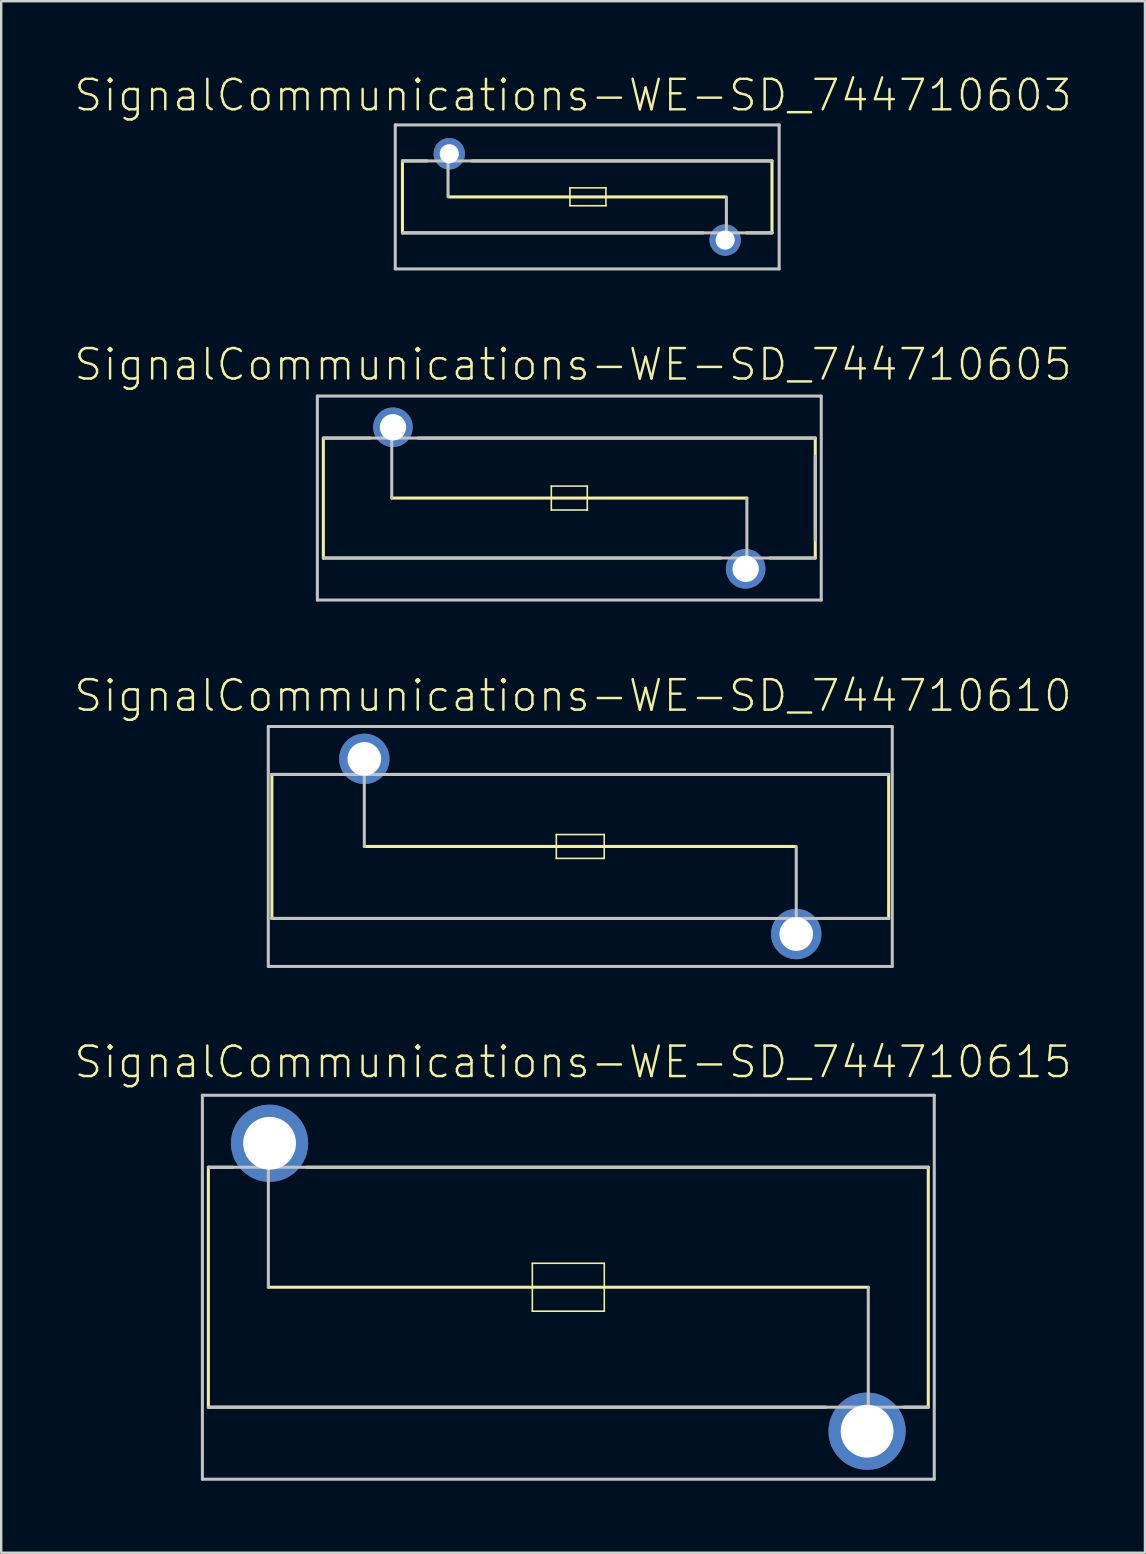
<source format=kicad_pcb>
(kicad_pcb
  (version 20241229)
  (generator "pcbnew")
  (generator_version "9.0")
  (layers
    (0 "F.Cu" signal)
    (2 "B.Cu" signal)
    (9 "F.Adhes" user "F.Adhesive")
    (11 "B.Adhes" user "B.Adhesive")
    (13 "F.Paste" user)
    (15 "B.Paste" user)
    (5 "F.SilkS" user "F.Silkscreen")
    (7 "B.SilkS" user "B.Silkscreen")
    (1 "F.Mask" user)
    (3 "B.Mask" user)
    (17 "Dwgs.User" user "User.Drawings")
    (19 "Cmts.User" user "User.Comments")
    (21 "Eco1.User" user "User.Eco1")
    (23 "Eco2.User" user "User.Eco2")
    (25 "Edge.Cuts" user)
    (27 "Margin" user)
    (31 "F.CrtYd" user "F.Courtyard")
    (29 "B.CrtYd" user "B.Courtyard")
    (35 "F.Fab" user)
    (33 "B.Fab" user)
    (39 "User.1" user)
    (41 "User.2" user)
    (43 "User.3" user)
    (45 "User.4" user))
  (footprint "SignalCommunications-WE-SD_744710603"
    (layer "F.Cu")
    (at 21.418 5.155)
    (property "Reference" "SignalCommunications-WE-SD_744710603" (at -0.589 -4.234 0) (layer "F.SilkS") (effects (font (size 1.27 1.27) (thickness 0.102))))
    (attr exclude_from_pos_files exclude_from_bom)
    (fp_line (start -7.699 -1.499) (end -7.699 1.499) (stroke (width 0.127) (type solid)) (layer "F.SilkS"))
    (fp_line (start -6.678 -1.499) (end -7.699 -1.499) (stroke (width 0.127) (type solid)) (layer "F.SilkS"))
    (fp_line (start -5.748 0) (end 5.748 0) (stroke (width 0.127) (type solid)) (layer "F.SilkS"))
    (fp_line (start -4.798 -1.499) (end 7.699 -1.499) (stroke (width 0.127) (type solid)) (layer "F.SilkS"))
    (fp_line (start -0.719 -0.378) (end 0.78 -0.378) (stroke (width 0.066) (type solid)) (layer "F.SilkS"))
    (fp_line (start -0.719 0.368) (end -0.719 -0.378) (stroke (width 0.066) (type solid)) (layer "F.SilkS"))
    (fp_line (start -0.719 0.368) (end 0.78 0.368) (stroke (width 0.066) (type solid)) (layer "F.SilkS"))
    (fp_line (start 0.78 0.368) (end 0.78 -0.378) (stroke (width 0.066) (type solid)) (layer "F.SilkS"))
    (fp_line (start 4.829 1.499) (end -7.699 1.499) (stroke (width 0.127) (type solid)) (layer "F.SilkS"))
    (fp_line (start 6.64 1.499) (end 7.699 1.499) (stroke (width 0.127) (type solid)) (layer "F.SilkS"))
    (fp_line (start 7.699 -1.499) (end 7.699 1.499) (stroke (width 0.127) (type solid)) (layer "F.SilkS"))
    (fp_line (start -7.998 -3) (end 7.998 -3) (stroke (width 0.127) (type solid)) (layer "Dwgs.User"))
    (fp_line (start -7.998 3) (end -7.998 -3) (stroke (width 0.127) (type solid)) (layer "Dwgs.User"))
    (fp_line (start -7.699 -1.499) (end 7.699 -1.499) (stroke (width 0.127) (type solid)) (layer "Dwgs.User"))
    (fp_line (start -7.699 1.499) (end 7.699 1.499) (stroke (width 0.127) (type solid)) (layer "Dwgs.User"))
    (fp_line (start -5.799 -1.699) (end -5.799 0) (stroke (width 0.127) (type solid)) (layer "Dwgs.User"))
    (fp_line (start 5.799 0) (end 5.799 1.798) (stroke (width 0.127) (type solid)) (layer "Dwgs.User"))
    (fp_line (start 7.998 -3) (end 7.998 3) (stroke (width 0.127) (type solid)) (layer "Dwgs.User"))
    (fp_line (start 7.998 3) (end -7.998 3) (stroke (width 0.127) (type solid)) (layer "Dwgs.User"))
    (pad "1" thru_hole circle (at -5.748 -1.798) (size 1.306 1.306) (drill 0.798) (layers "*.Cu" "*.Paste" "*.Mask"))
    (pad "2" thru_hole circle (at 5.748 1.798) (size 1.306 1.306) (drill 0.798) (layers "*.Cu" "*.Paste" "*.Mask")))
  (footprint "SignalCommunications-WE-SD_744710610"
    (layer "F.Cu")
    (at 21.129 32.221)
    (property "Reference" "SignalCommunications-WE-SD_744710610" (at -0.3 -6.284 0) (layer "F.SilkS") (effects (font (size 1.27 1.27) (thickness 0.102))))
    (attr exclude_from_pos_files exclude_from_bom)
    (fp_line (start -12.85 -3) (end -12.85 3) (stroke (width 0.127) (type solid)) (layer "F.SilkS"))
    (fp_line (start -10.089 -3) (end -12.85 -3) (stroke (width 0.127) (type solid)) (layer "F.SilkS"))
    (fp_line (start -8.999 0) (end 8.948 0) (stroke (width 0.127) (type solid)) (layer "F.SilkS"))
    (fp_line (start -7.849 -3) (end 12.85 -3) (stroke (width 0.127) (type solid)) (layer "F.SilkS"))
    (fp_line (start -0.998 -0.498) (end 0.998 -0.498) (stroke (width 0.066) (type solid)) (layer "F.SilkS"))
    (fp_line (start -0.998 0.498) (end -0.998 -0.498) (stroke (width 0.066) (type solid)) (layer "F.SilkS"))
    (fp_line (start -0.998 0.498) (end 0.998 0.498) (stroke (width 0.066) (type solid)) (layer "F.SilkS"))
    (fp_line (start 0.998 0.498) (end 0.998 -0.498) (stroke (width 0.066) (type solid)) (layer "F.SilkS"))
    (fp_line (start 7.818 3) (end -12.85 3) (stroke (width 0.127) (type solid)) (layer "F.SilkS"))
    (fp_line (start 10.109 3) (end 12.85 3) (stroke (width 0.127) (type solid)) (layer "F.SilkS"))
    (fp_line (start 12.85 -3) (end 12.85 3) (stroke (width 0.127) (type solid)) (layer "F.SilkS"))
    (fp_line (start -13 -4.999) (end 13 -4.999) (stroke (width 0.127) (type solid)) (layer "Dwgs.User"))
    (fp_line (start -13 4.999) (end -13 -4.999) (stroke (width 0.127) (type solid)) (layer "Dwgs.User"))
    (fp_line (start -12.85 -3) (end 12.85 -3) (stroke (width 0.127) (type solid)) (layer "Dwgs.User"))
    (fp_line (start -12.85 3) (end 12.85 3) (stroke (width 0.127) (type solid)) (layer "Dwgs.User"))
    (fp_line (start -8.999 -3.599) (end -8.999 0) (stroke (width 0.127) (type solid)) (layer "Dwgs.User"))
    (fp_line (start 8.999 3.698) (end 8.999 0) (stroke (width 0.127) (type solid)) (layer "Dwgs.User"))
    (fp_line (start 13 -4.999) (end 13 4.999) (stroke (width 0.127) (type solid)) (layer "Dwgs.User"))
    (fp_line (start 13 4.999) (end -13 4.999) (stroke (width 0.127) (type solid)) (layer "Dwgs.User"))
    (pad "1" thru_hole circle (at -8.999 -3.65) (size 2.098 2.098) (drill 1.4) (layers "*.Cu" "*.Paste" "*.Mask"))
    (pad "2" thru_hole circle (at 8.999 3.65) (size 2.098 2.098) (drill 1.4) (layers "*.Cu" "*.Paste" "*.Mask")))
  (footprint "SignalCommunications-WE-SD_744710605"
    (layer "F.Cu")
    (at 20.672 17.703)
    (property "Reference" "SignalCommunications-WE-SD_744710605" (at 0.157 -5.563 0) (layer "F.SilkS") (effects (font (size 1.27 1.27) (thickness 0.102))))
    (attr exclude_from_pos_files exclude_from_bom)
    (fp_line (start -10.249 -2.499) (end -10.249 2.499) (stroke (width 0.127) (type solid)) (layer "F.SilkS"))
    (fp_line (start -10.239 2.499) (end -10.239 2.489) (stroke (width 0.127) (type solid)) (layer "F.SilkS"))
    (fp_line (start -8.308 -2.499) (end -10.249 -2.499) (stroke (width 0.127) (type solid)) (layer "F.SilkS"))
    (fp_line (start -7.399 0) (end 7.399 0) (stroke (width 0.127) (type solid)) (layer "F.SilkS"))
    (fp_line (start -6.289 -2.499) (end 10.249 -2.499) (stroke (width 0.127) (type solid)) (layer "F.SilkS"))
    (fp_line (start -0.749 -0.498) (end 0.749 -0.498) (stroke (width 0.066) (type solid)) (layer "F.SilkS"))
    (fp_line (start -0.749 0.498) (end -0.749 -0.498) (stroke (width 0.066) (type solid)) (layer "F.SilkS"))
    (fp_line (start -0.749 0.498) (end 0.749 0.498) (stroke (width 0.066) (type solid)) (layer "F.SilkS"))
    (fp_line (start 0.749 0.498) (end 0.749 -0.498) (stroke (width 0.066) (type solid)) (layer "F.SilkS"))
    (fp_line (start 6.32 2.499) (end -10.239 2.499) (stroke (width 0.127) (type solid)) (layer "F.SilkS"))
    (fp_line (start 8.359 2.499) (end 10.249 2.499) (stroke (width 0.127) (type solid)) (layer "F.SilkS"))
    (fp_line (start 10.249 -2.499) (end 10.249 2.499) (stroke (width 0.127) (type solid)) (layer "F.SilkS"))
    (fp_line (start -10.498 -4.249) (end 10.498 -4.249) (stroke (width 0.127) (type solid)) (layer "Dwgs.User"))
    (fp_line (start -10.498 4.249) (end -10.498 -4.249) (stroke (width 0.127) (type solid)) (layer "Dwgs.User"))
    (fp_line (start -10.249 -2.499) (end 10.249 -2.499) (stroke (width 0.127) (type solid)) (layer "Dwgs.User"))
    (fp_line (start -10.249 2.499) (end 10.249 2.499) (stroke (width 0.127) (type solid)) (layer "Dwgs.User"))
    (fp_line (start -7.399 -2.898) (end -7.399 0) (stroke (width 0.127) (type solid)) (layer "Dwgs.User"))
    (fp_line (start 7.399 0) (end 7.399 2.898) (stroke (width 0.127) (type solid)) (layer "Dwgs.User"))
    (fp_line (start 10.249 -1.748) (end 10.249 1.748) (stroke (width 0.127) (type solid)) (layer "Dwgs.User"))
    (fp_line (start 10.498 -4.249) (end 10.498 4.249) (stroke (width 0.127) (type solid)) (layer "Dwgs.User"))
    (fp_line (start 10.498 4.249) (end -10.498 4.249) (stroke (width 0.127) (type solid)) (layer "Dwgs.User"))
    (pad "1" thru_hole circle (at -7.348 -2.949) (size 1.648 1.648) (drill 1.1) (layers "*.Cu" "*.Paste" "*.Mask"))
    (pad "2" thru_hole circle (at 7.348 2.949) (size 1.648 1.648) (drill 1.1) (layers "*.Cu" "*.Paste" "*.Mask")))
  (footprint "SignalCommunications-WE-SD_744710615"
    (layer "F.Cu")
    (at 20.631 50.587)
    (property "Reference" "SignalCommunications-WE-SD_744710615" (at 0.198 -9.383 0) (layer "F.SilkS") (effects (font (size 1.27 1.27) (thickness 0.102))))
    (attr exclude_from_pos_files exclude_from_bom)
    (fp_line (start -14.999 -4.999) (end -14.999 4.999) (stroke (width 0.127) (type solid)) (layer "F.SilkS"))
    (fp_line (start -13.97 -4.999) (end -14.999 -4.999) (stroke (width 0.127) (type solid)) (layer "F.SilkS"))
    (fp_line (start -12.499 0) (end 12.499 0) (stroke (width 0.127) (type solid)) (layer "F.SilkS"))
    (fp_line (start -10.899 -4.999) (end 14.999 -4.999) (stroke (width 0.127) (type solid)) (layer "F.SilkS"))
    (fp_line (start -1.499 -0.998) (end 1.499 -0.998) (stroke (width 0.066) (type solid)) (layer "F.SilkS"))
    (fp_line (start -1.499 0.998) (end -1.499 -0.998) (stroke (width 0.066) (type solid)) (layer "F.SilkS"))
    (fp_line (start -1.499 0.998) (end 1.499 0.998) (stroke (width 0.066) (type solid)) (layer "F.SilkS"))
    (fp_line (start 1.499 0.998) (end 1.499 -0.998) (stroke (width 0.066) (type solid)) (layer "F.SilkS"))
    (fp_line (start 10.729 4.999) (end -14.999 4.999) (stroke (width 0.127) (type solid)) (layer "F.SilkS"))
    (fp_line (start 13.988 4.999) (end 14.999 4.999) (stroke (width 0.127) (type solid)) (layer "F.SilkS"))
    (fp_line (start 14.999 -4.999) (end 14.999 4.999) (stroke (width 0.127) (type solid)) (layer "F.SilkS"))
    (fp_line (start -15.248 -7.998) (end 15.248 -7.998) (stroke (width 0.127) (type solid)) (layer "Dwgs.User"))
    (fp_line (start -15.248 7.998) (end -15.248 -7.998) (stroke (width 0.127) (type solid)) (layer "Dwgs.User"))
    (fp_line (start -14.999 -4.999) (end 14.999 -4.999) (stroke (width 0.127) (type solid)) (layer "Dwgs.User"))
    (fp_line (start -14.999 4.999) (end 14.999 4.999) (stroke (width 0.127) (type solid)) (layer "Dwgs.User"))
    (fp_line (start -12.499 0) (end -12.499 -5.999) (stroke (width 0.127) (type solid)) (layer "Dwgs.User"))
    (fp_line (start 12.499 0) (end 12.499 6.099) (stroke (width 0.127) (type solid)) (layer "Dwgs.User"))
    (fp_line (start 15.248 -7.998) (end 15.248 7.998) (stroke (width 0.127) (type solid)) (layer "Dwgs.User"))
    (fp_line (start 15.248 7.998) (end -15.248 7.998) (stroke (width 0.127) (type solid)) (layer "Dwgs.User"))
    (pad "1" thru_hole circle (at -12.449 -5.999) (size 3.216 3.216) (drill 2.2) (layers "*.Cu" "*.Paste" "*.Mask"))
    (pad "2" thru_hole circle (at 12.449 5.999) (size 3.216 3.216) (drill 2.2) (layers "*.Cu" "*.Paste" "*.Mask")))
  (gr_rect
    (start -3 -3)
    (end 44.658 61.649)
    (stroke (width 0.1) (type default))
    (fill no)
    (layer "Edge.Cuts")))
</source>
